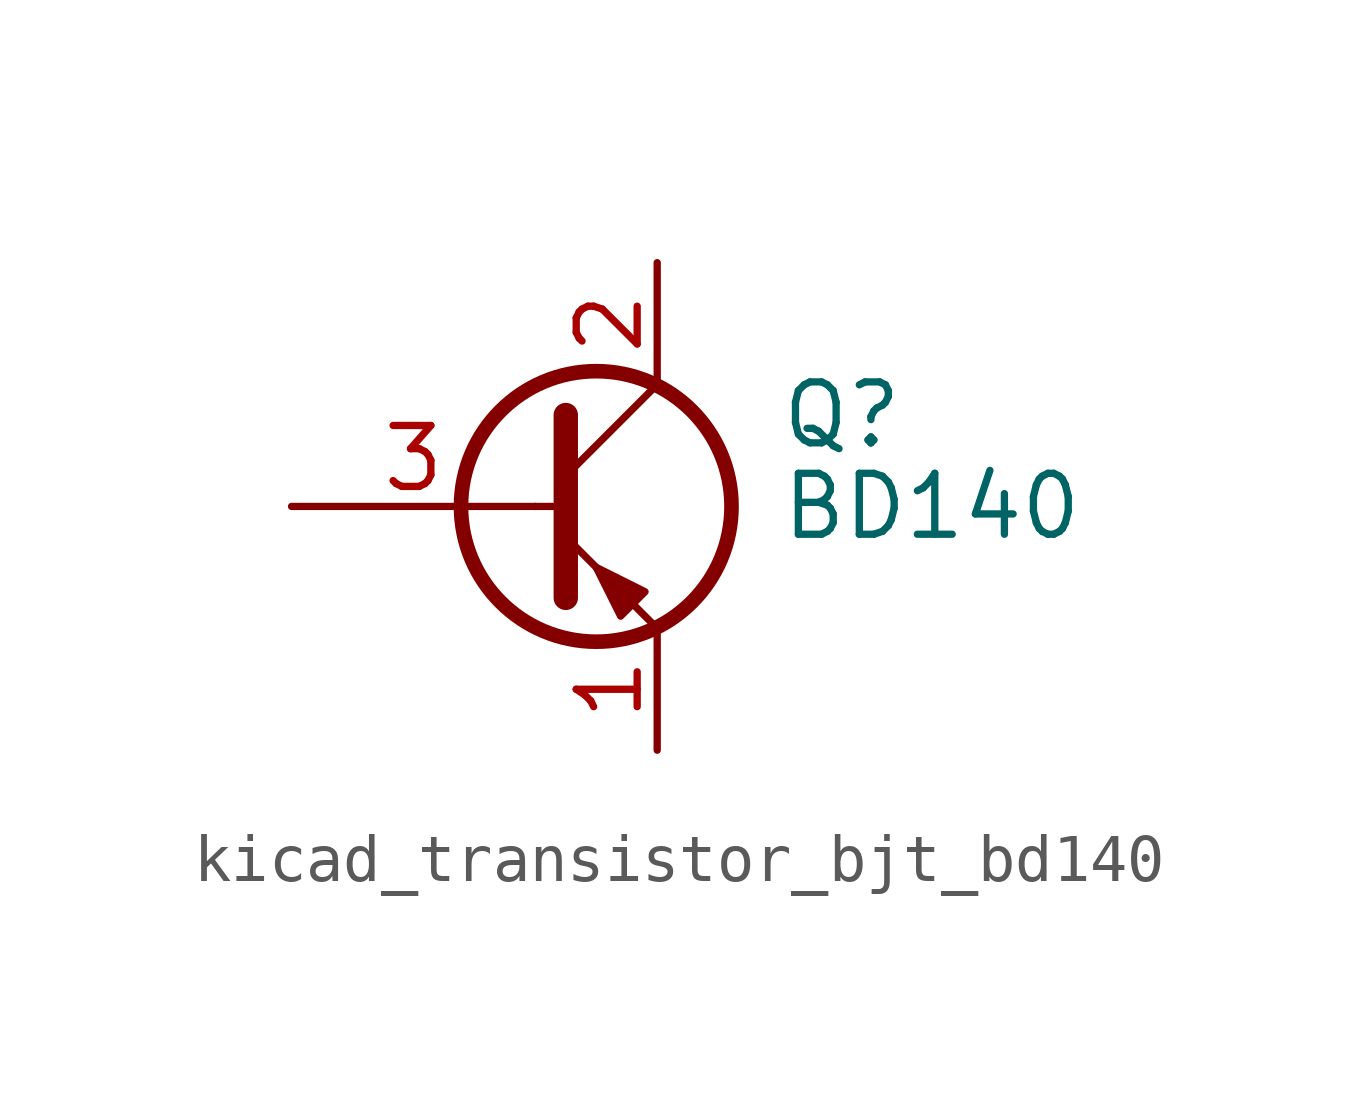
<source format=kicad_sym>
(kicad_symbol_lib
  (version 20220914)
  (generator kicad_symbol_editor)
  (symbol "kicad_transistor_bjt_bd140"
    (pin_names
      (offset 0) hide)
    (property "Reference" "Q"
      (at 5.08 1.905 0)
      (effects (font (size 1.27 1.27)) (justify left)))
    (property "Value" "BD140"
      (at 5.08 0 0)
      (effects (font (size 1.27 1.27)) (justify left)))
    (symbol "kicad_transistor_bjt_bd140_0_1"
      (polyline (pts (xy 0 0) (xy 0.635 0)) (stroke (width 0) (type default)) (fill (type none)))
      (polyline (pts (xy 2.54 -2.54) (xy 0.635 -0.635)) (stroke (width 0) (type default)) (fill (type none)))
      (polyline (pts (xy 2.54 2.54) (xy 0.635 0.635)) (stroke (width 0) (type default)) (fill (type none)))
      (polyline (pts (xy 0.635 1.905) (xy 0.635 -1.905) (xy 0.635 -1.905)) (stroke (width 0.508) (type default)) (fill (type outline)))
      (polyline (pts (xy 1.778 -2.286) (xy 2.286 -1.778) (xy 1.27 -1.27) (xy 1.778 -2.286) (xy 1.778 -2.286)) (stroke (width 0) (type default)) (fill (type outline)))
      (circle (center 1.27 0) (radius 2.819) (stroke (width 0.305) (type default)) (fill (type none))))
    (symbol "kicad_transistor_bjt_bd140_1_1"
      (pin passive line (at 2.54 -5.08 90) (length 2.54) (name "E" (effects (font (size 1.27 1.27)))) (number "1" (effects (font (size 1.27 1.27)))))
      (pin passive line (at 2.54 5.08 270) (length 2.54) (name "C" (effects (font (size 1.27 1.27)))) (number "2" (effects (font (size 1.27 1.27)))))
      (pin input line (at -5.08 0 0) (length 5.08) (name "B" (effects (font (size 1.27 1.27)))) (number "3" (effects (font (size 1.27 1.27))))))))
</source>
